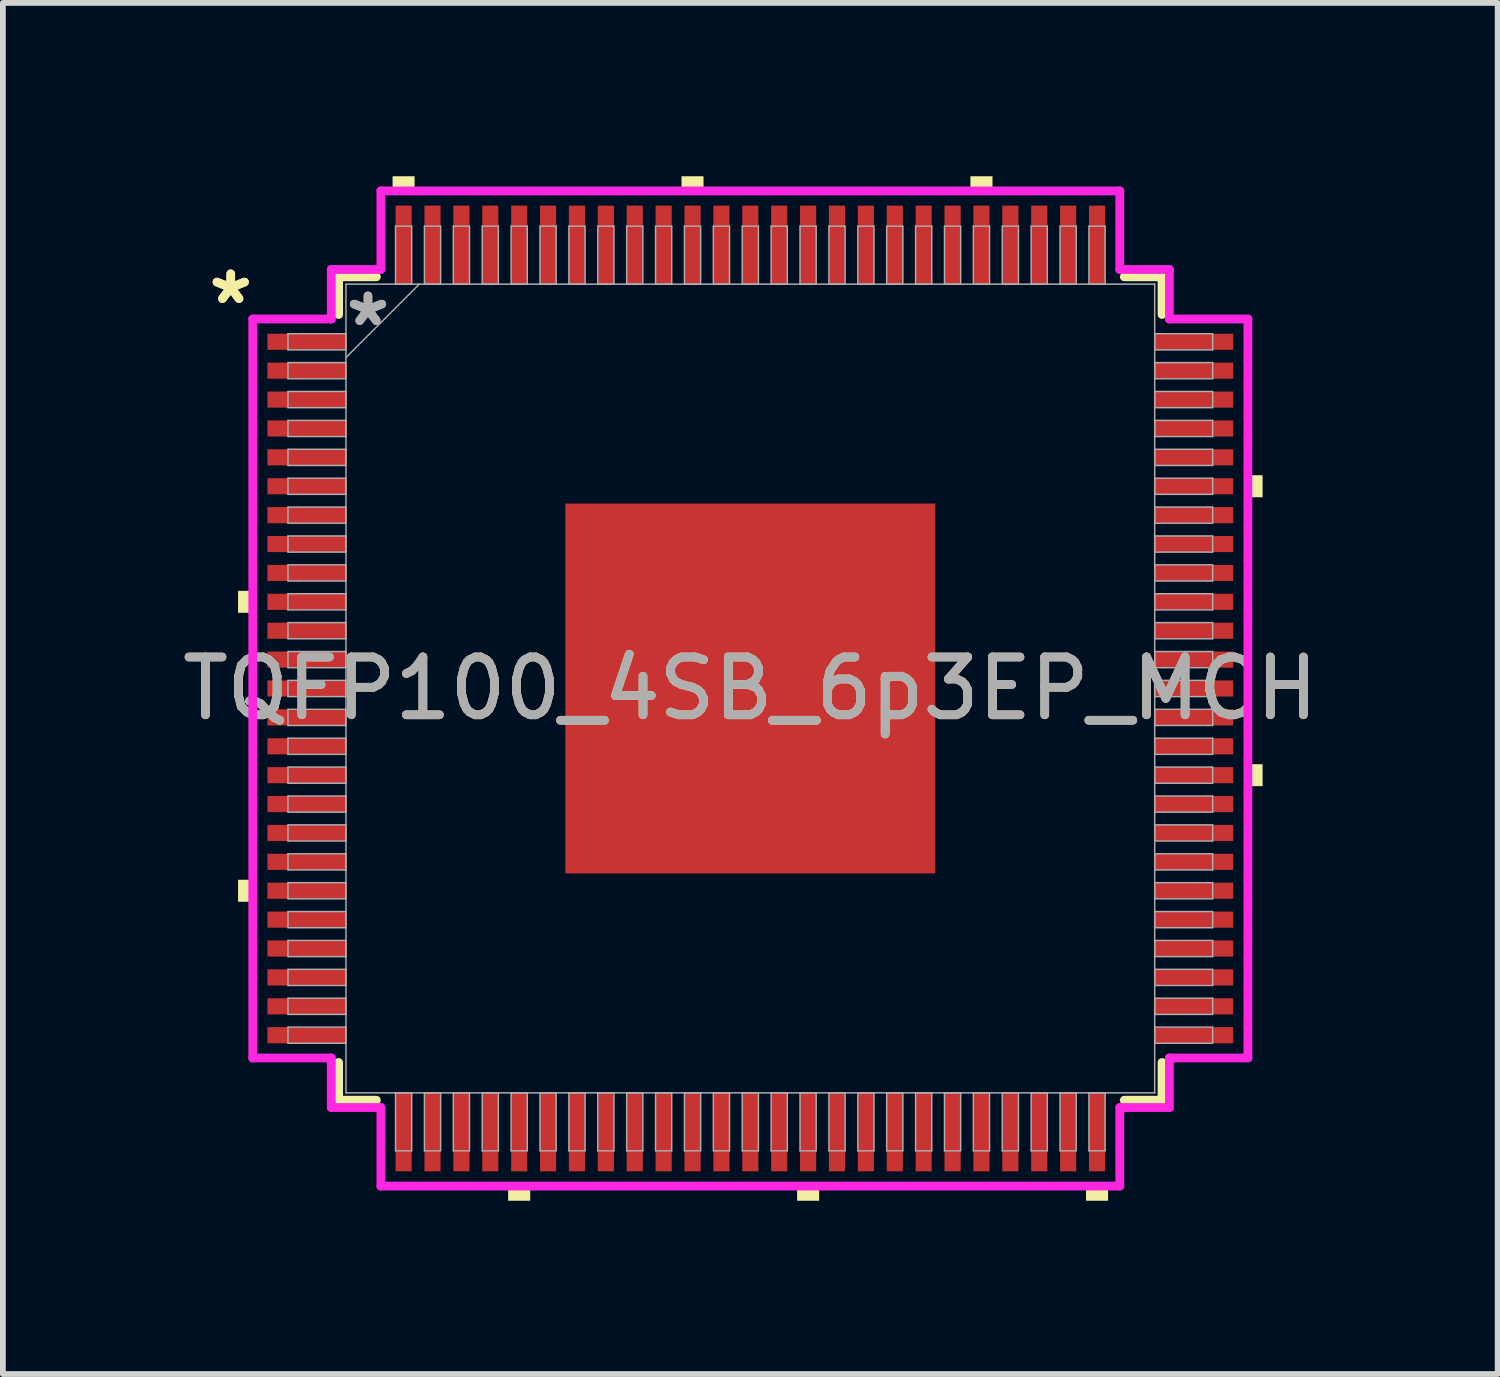
<source format=kicad_pcb>
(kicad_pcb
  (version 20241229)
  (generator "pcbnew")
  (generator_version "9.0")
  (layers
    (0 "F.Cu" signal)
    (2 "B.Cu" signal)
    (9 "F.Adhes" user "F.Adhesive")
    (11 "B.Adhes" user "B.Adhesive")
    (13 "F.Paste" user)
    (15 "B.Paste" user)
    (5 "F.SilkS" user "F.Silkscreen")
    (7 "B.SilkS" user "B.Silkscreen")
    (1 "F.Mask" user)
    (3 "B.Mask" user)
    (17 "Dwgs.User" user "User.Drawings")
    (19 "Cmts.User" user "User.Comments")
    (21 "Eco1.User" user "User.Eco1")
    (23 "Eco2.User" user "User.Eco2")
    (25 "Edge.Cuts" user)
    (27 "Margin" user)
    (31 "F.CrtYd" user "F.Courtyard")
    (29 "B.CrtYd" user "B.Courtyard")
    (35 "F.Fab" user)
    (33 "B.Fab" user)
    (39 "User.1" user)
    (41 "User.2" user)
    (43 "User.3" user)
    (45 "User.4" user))
  (footprint "TQFP100_4SB_6p3EP_MCH"
    (layer "F.Cu")
    (at 9.935 8.865)
    (property "Reference" "TQFP100_4SB_6p3EP_MCH" (at 0 0 0) (unlocked yes) (layer "F.SilkS") (effects (font (size 1 1) (thickness 0.15))))
    (attr smd)
    (fp_line (start -7.125 -7.125) (end -7.125 -6.472) (stroke (width 0.152) (type solid)) (layer "F.SilkS"))
    (fp_line (start -7.125 6.472) (end -7.125 7.125) (stroke (width 0.152) (type solid)) (layer "F.SilkS"))
    (fp_line (start -7.125 7.125) (end -6.472 7.125) (stroke (width 0.152) (type solid)) (layer "F.SilkS"))
    (fp_line (start -6.472 -7.125) (end -7.125 -7.125) (stroke (width 0.152) (type solid)) (layer "F.SilkS"))
    (fp_line (start 6.472 7.125) (end 7.125 7.125) (stroke (width 0.152) (type solid)) (layer "F.SilkS"))
    (fp_line (start 7.125 -7.125) (end 6.472 -7.125) (stroke (width 0.152) (type solid)) (layer "F.SilkS"))
    (fp_line (start 7.125 -6.472) (end 7.125 -7.125) (stroke (width 0.152) (type solid)) (layer "F.SilkS"))
    (fp_line (start 7.125 7.125) (end 7.125 6.472) (stroke (width 0.152) (type solid)) (layer "F.SilkS"))
    (fp_poly (pts (xy -8.865 -1.69) (xy -8.865 -1.31) (xy -8.611 -1.31) (xy -8.611 -1.69)) (stroke (width 0) (type solid)) (fill yes) (layer "F.SilkS"))
    (fp_poly (pts (xy -8.865 3.31) (xy -8.865 3.691) (xy -8.611 3.691) (xy -8.611 3.31)) (stroke (width 0) (type solid)) (fill yes) (layer "F.SilkS"))
    (fp_poly (pts (xy -6.191 -8.611) (xy -6.191 -8.865) (xy -5.81 -8.865) (xy -5.81 -8.611)) (stroke (width 0) (type solid)) (fill yes) (layer "F.SilkS"))
    (fp_poly (pts (xy -4.191 8.611) (xy -4.191 8.865) (xy -3.809 8.865) (xy -3.809 8.611)) (stroke (width 0) (type solid)) (fill yes) (layer "F.SilkS"))
    (fp_poly (pts (xy -1.191 -8.611) (xy -1.191 -8.865) (xy -0.81 -8.865) (xy -0.81 -8.611)) (stroke (width 0) (type solid)) (fill yes) (layer "F.SilkS"))
    (fp_poly (pts (xy 0.81 8.611) (xy 0.81 8.865) (xy 1.191 8.865) (xy 1.191 8.611)) (stroke (width 0) (type solid)) (fill yes) (layer "F.SilkS"))
    (fp_poly (pts (xy 3.809 -8.611) (xy 3.809 -8.865) (xy 4.191 -8.865) (xy 4.191 -8.611)) (stroke (width 0) (type solid)) (fill yes) (layer "F.SilkS"))
    (fp_poly (pts (xy 5.81 8.611) (xy 5.81 8.865) (xy 6.191 8.865) (xy 6.191 8.611)) (stroke (width 0) (type solid)) (fill yes) (layer "F.SilkS"))
    (fp_poly (pts (xy 8.865 -3.691) (xy 8.865 -3.31) (xy 8.611 -3.31) (xy 8.611 -3.691)) (stroke (width 0) (type solid)) (fill yes) (layer "F.SilkS"))
    (fp_poly (pts (xy 8.865 1.31) (xy 8.865 1.69) (xy 8.611 1.69) (xy 8.611 1.31)) (stroke (width 0) (type solid)) (fill yes) (layer "F.SilkS"))
    (fp_poly (pts (xy -3.1 -3.1) (xy -3.1 -2.02) (xy -2.02 -2.02) (xy -2.02 -3.1)) (stroke (width 0) (type solid)) (fill yes) (layer "F.Paste"))
    (fp_poly (pts (xy -3.1 -1.82) (xy -3.1 -0.74) (xy -2.02 -0.74) (xy -2.02 -1.82)) (stroke (width 0) (type solid)) (fill yes) (layer "F.Paste"))
    (fp_poly (pts (xy -3.1 -0.54) (xy -3.1 0.54) (xy -2.02 0.54) (xy -2.02 -0.54)) (stroke (width 0) (type solid)) (fill yes) (layer "F.Paste"))
    (fp_poly (pts (xy -3.1 0.74) (xy -3.1 1.82) (xy -2.02 1.82) (xy -2.02 0.74)) (stroke (width 0) (type solid)) (fill yes) (layer "F.Paste"))
    (fp_poly (pts (xy -3.1 2.02) (xy -3.1 3.1) (xy -2.02 3.1) (xy -2.02 2.02)) (stroke (width 0) (type solid)) (fill yes) (layer "F.Paste"))
    (fp_poly (pts (xy -1.82 -3.1) (xy -1.82 -2.02) (xy -0.74 -2.02) (xy -0.74 -3.1)) (stroke (width 0) (type solid)) (fill yes) (layer "F.Paste"))
    (fp_poly (pts (xy -1.82 -1.82) (xy -1.82 -0.74) (xy -0.74 -0.74) (xy -0.74 -1.82)) (stroke (width 0) (type solid)) (fill yes) (layer "F.Paste"))
    (fp_poly (pts (xy -1.82 -0.54) (xy -1.82 0.54) (xy -0.74 0.54) (xy -0.74 -0.54)) (stroke (width 0) (type solid)) (fill yes) (layer "F.Paste"))
    (fp_poly (pts (xy -1.82 0.74) (xy -1.82 1.82) (xy -0.74 1.82) (xy -0.74 0.74)) (stroke (width 0) (type solid)) (fill yes) (layer "F.Paste"))
    (fp_poly (pts (xy -1.82 2.02) (xy -1.82 3.1) (xy -0.74 3.1) (xy -0.74 2.02)) (stroke (width 0) (type solid)) (fill yes) (layer "F.Paste"))
    (fp_poly (pts (xy -0.54 -3.1) (xy -0.54 -2.02) (xy 0.54 -2.02) (xy 0.54 -3.1)) (stroke (width 0) (type solid)) (fill yes) (layer "F.Paste"))
    (fp_poly (pts (xy -0.54 -1.82) (xy -0.54 -0.74) (xy 0.54 -0.74) (xy 0.54 -1.82)) (stroke (width 0) (type solid)) (fill yes) (layer "F.Paste"))
    (fp_poly (pts (xy -0.54 -0.54) (xy -0.54 0.54) (xy 0.54 0.54) (xy 0.54 -0.54)) (stroke (width 0) (type solid)) (fill yes) (layer "F.Paste"))
    (fp_poly (pts (xy -0.54 0.74) (xy -0.54 1.82) (xy 0.54 1.82) (xy 0.54 0.74)) (stroke (width 0) (type solid)) (fill yes) (layer "F.Paste"))
    (fp_poly (pts (xy -0.54 2.02) (xy -0.54 3.1) (xy 0.54 3.1) (xy 0.54 2.02)) (stroke (width 0) (type solid)) (fill yes) (layer "F.Paste"))
    (fp_poly (pts (xy 0.74 -3.1) (xy 0.74 -2.02) (xy 1.82 -2.02) (xy 1.82 -3.1)) (stroke (width 0) (type solid)) (fill yes) (layer "F.Paste"))
    (fp_poly (pts (xy 0.74 -1.82) (xy 0.74 -0.74) (xy 1.82 -0.74) (xy 1.82 -1.82)) (stroke (width 0) (type solid)) (fill yes) (layer "F.Paste"))
    (fp_poly (pts (xy 0.74 -0.54) (xy 0.74 0.54) (xy 1.82 0.54) (xy 1.82 -0.54)) (stroke (width 0) (type solid)) (fill yes) (layer "F.Paste"))
    (fp_poly (pts (xy 0.74 0.74) (xy 0.74 1.82) (xy 1.82 1.82) (xy 1.82 0.74)) (stroke (width 0) (type solid)) (fill yes) (layer "F.Paste"))
    (fp_poly (pts (xy 0.74 2.02) (xy 0.74 3.1) (xy 1.82 3.1) (xy 1.82 2.02)) (stroke (width 0) (type solid)) (fill yes) (layer "F.Paste"))
    (fp_poly (pts (xy 2.02 -3.1) (xy 2.02 -2.02) (xy 3.1 -2.02) (xy 3.1 -3.1)) (stroke (width 0) (type solid)) (fill yes) (layer "F.Paste"))
    (fp_poly (pts (xy 2.02 -1.82) (xy 2.02 -0.74) (xy 3.1 -0.74) (xy 3.1 -1.82)) (stroke (width 0) (type solid)) (fill yes) (layer "F.Paste"))
    (fp_poly (pts (xy 2.02 -0.54) (xy 2.02 0.54) (xy 3.1 0.54) (xy 3.1 -0.54)) (stroke (width 0) (type solid)) (fill yes) (layer "F.Paste"))
    (fp_poly (pts (xy 2.02 0.74) (xy 2.02 1.82) (xy 3.1 1.82) (xy 3.1 0.74)) (stroke (width 0) (type solid)) (fill yes) (layer "F.Paste"))
    (fp_poly (pts (xy 2.02 2.02) (xy 2.02 3.1) (xy 3.1 3.1) (xy 3.1 2.02)) (stroke (width 0) (type solid)) (fill yes) (layer "F.Paste"))
    (fp_line (start -8.611 -6.394) (end -7.252 -6.394) (stroke (width 0.152) (type solid)) (layer "F.CrtYd"))
    (fp_line (start -8.611 6.394) (end -8.611 -6.394) (stroke (width 0.152) (type solid)) (layer "F.CrtYd"))
    (fp_line (start -7.252 -7.252) (end -6.394 -7.252) (stroke (width 0.152) (type solid)) (layer "F.CrtYd"))
    (fp_line (start -7.252 -6.394) (end -7.252 -7.252) (stroke (width 0.152) (type solid)) (layer "F.CrtYd"))
    (fp_line (start -7.252 6.394) (end -8.611 6.394) (stroke (width 0.152) (type solid)) (layer "F.CrtYd"))
    (fp_line (start -7.252 7.252) (end -7.252 6.394) (stroke (width 0.152) (type solid)) (layer "F.CrtYd"))
    (fp_line (start -7.252 7.252) (end -6.394 7.252) (stroke (width 0.152) (type solid)) (layer "F.CrtYd"))
    (fp_line (start -6.394 -8.611) (end 6.394 -8.611) (stroke (width 0.152) (type solid)) (layer "F.CrtYd"))
    (fp_line (start -6.394 -7.252) (end -6.394 -8.611) (stroke (width 0.152) (type solid)) (layer "F.CrtYd"))
    (fp_line (start -6.394 7.252) (end -6.394 8.611) (stroke (width 0.152) (type solid)) (layer "F.CrtYd"))
    (fp_line (start -6.394 8.611) (end 6.394 8.611) (stroke (width 0.152) (type solid)) (layer "F.CrtYd"))
    (fp_line (start 6.394 -8.611) (end 6.394 -7.252) (stroke (width 0.152) (type solid)) (layer "F.CrtYd"))
    (fp_line (start 6.394 -7.252) (end 7.252 -7.252) (stroke (width 0.152) (type solid)) (layer "F.CrtYd"))
    (fp_line (start 6.394 7.252) (end 7.252 7.252) (stroke (width 0.152) (type solid)) (layer "F.CrtYd"))
    (fp_line (start 6.394 8.611) (end 6.394 7.252) (stroke (width 0.152) (type solid)) (layer "F.CrtYd"))
    (fp_line (start 7.252 -6.394) (end 7.252 -7.252) (stroke (width 0.152) (type solid)) (layer "F.CrtYd"))
    (fp_line (start 7.252 6.394) (end 8.611 6.394) (stroke (width 0.152) (type solid)) (layer "F.CrtYd"))
    (fp_line (start 7.252 7.252) (end 7.252 6.394) (stroke (width 0.152) (type solid)) (layer "F.CrtYd"))
    (fp_line (start 8.611 -6.394) (end 7.252 -6.394) (stroke (width 0.152) (type solid)) (layer "F.CrtYd"))
    (fp_line (start 8.611 6.394) (end 8.611 -6.394) (stroke (width 0.152) (type solid)) (layer "F.CrtYd"))
    (fp_line (start -8.001 -6.14) (end -8.001 -5.86) (stroke (width 0.025) (type solid)) (layer "F.Fab"))
    (fp_line (start -8.001 -5.86) (end -6.998 -5.86) (stroke (width 0.025) (type solid)) (layer "F.Fab"))
    (fp_line (start -8.001 -5.64) (end -8.001 -5.36) (stroke (width 0.025) (type solid)) (layer "F.Fab"))
    (fp_line (start -8.001 -5.36) (end -6.998 -5.36) (stroke (width 0.025) (type solid)) (layer "F.Fab"))
    (fp_line (start -8.001 -5.14) (end -8.001 -4.86) (stroke (width 0.025) (type solid)) (layer "F.Fab"))
    (fp_line (start -8.001 -4.86) (end -6.998 -4.86) (stroke (width 0.025) (type solid)) (layer "F.Fab"))
    (fp_line (start -8.001 -4.64) (end -8.001 -4.36) (stroke (width 0.025) (type solid)) (layer "F.Fab"))
    (fp_line (start -8.001 -4.36) (end -6.998 -4.36) (stroke (width 0.025) (type solid)) (layer "F.Fab"))
    (fp_line (start -8.001 -4.14) (end -8.001 -3.86) (stroke (width 0.025) (type solid)) (layer "F.Fab"))
    (fp_line (start -8.001 -3.86) (end -6.998 -3.86) (stroke (width 0.025) (type solid)) (layer "F.Fab"))
    (fp_line (start -8.001 -3.64) (end -8.001 -3.36) (stroke (width 0.025) (type solid)) (layer "F.Fab"))
    (fp_line (start -8.001 -3.36) (end -6.998 -3.36) (stroke (width 0.025) (type solid)) (layer "F.Fab"))
    (fp_line (start -8.001 -3.14) (end -8.001 -2.86) (stroke (width 0.025) (type solid)) (layer "F.Fab"))
    (fp_line (start -8.001 -2.86) (end -6.998 -2.86) (stroke (width 0.025) (type solid)) (layer "F.Fab"))
    (fp_line (start -8.001 -2.64) (end -8.001 -2.36) (stroke (width 0.025) (type solid)) (layer "F.Fab"))
    (fp_line (start -8.001 -2.36) (end -6.998 -2.36) (stroke (width 0.025) (type solid)) (layer "F.Fab"))
    (fp_line (start -8.001 -2.14) (end -8.001 -1.86) (stroke (width 0.025) (type solid)) (layer "F.Fab"))
    (fp_line (start -8.001 -1.86) (end -6.998 -1.86) (stroke (width 0.025) (type solid)) (layer "F.Fab"))
    (fp_line (start -8.001 -1.64) (end -8.001 -1.36) (stroke (width 0.025) (type solid)) (layer "F.Fab"))
    (fp_line (start -8.001 -1.36) (end -6.998 -1.36) (stroke (width 0.025) (type solid)) (layer "F.Fab"))
    (fp_line (start -8.001 -1.14) (end -8.001 -0.86) (stroke (width 0.025) (type solid)) (layer "F.Fab"))
    (fp_line (start -8.001 -0.86) (end -6.998 -0.86) (stroke (width 0.025) (type solid)) (layer "F.Fab"))
    (fp_line (start -8.001 -0.64) (end -8.001 -0.36) (stroke (width 0.025) (type solid)) (layer "F.Fab"))
    (fp_line (start -8.001 -0.36) (end -6.998 -0.36) (stroke (width 0.025) (type solid)) (layer "F.Fab"))
    (fp_line (start -8.001 -0.14) (end -8.001 0.14) (stroke (width 0.025) (type solid)) (layer "F.Fab"))
    (fp_line (start -8.001 0.14) (end -6.998 0.14) (stroke (width 0.025) (type solid)) (layer "F.Fab"))
    (fp_line (start -8.001 0.36) (end -8.001 0.64) (stroke (width 0.025) (type solid)) (layer "F.Fab"))
    (fp_line (start -8.001 0.64) (end -6.998 0.64) (stroke (width 0.025) (type solid)) (layer "F.Fab"))
    (fp_line (start -8.001 0.86) (end -8.001 1.14) (stroke (width 0.025) (type solid)) (layer "F.Fab"))
    (fp_line (start -8.001 1.14) (end -6.998 1.14) (stroke (width 0.025) (type solid)) (layer "F.Fab"))
    (fp_line (start -8.001 1.36) (end -8.001 1.64) (stroke (width 0.025) (type solid)) (layer "F.Fab"))
    (fp_line (start -8.001 1.64) (end -6.998 1.64) (stroke (width 0.025) (type solid)) (layer "F.Fab"))
    (fp_line (start -8.001 1.86) (end -8.001 2.14) (stroke (width 0.025) (type solid)) (layer "F.Fab"))
    (fp_line (start -8.001 2.14) (end -6.998 2.14) (stroke (width 0.025) (type solid)) (layer "F.Fab"))
    (fp_line (start -8.001 2.36) (end -8.001 2.64) (stroke (width 0.025) (type solid)) (layer "F.Fab"))
    (fp_line (start -8.001 2.64) (end -6.998 2.64) (stroke (width 0.025) (type solid)) (layer "F.Fab"))
    (fp_line (start -8.001 2.86) (end -8.001 3.14) (stroke (width 0.025) (type solid)) (layer "F.Fab"))
    (fp_line (start -8.001 3.14) (end -6.998 3.14) (stroke (width 0.025) (type solid)) (layer "F.Fab"))
    (fp_line (start -8.001 3.36) (end -8.001 3.64) (stroke (width 0.025) (type solid)) (layer "F.Fab"))
    (fp_line (start -8.001 3.64) (end -6.998 3.64) (stroke (width 0.025) (type solid)) (layer "F.Fab"))
    (fp_line (start -8.001 3.86) (end -8.001 4.14) (stroke (width 0.025) (type solid)) (layer "F.Fab"))
    (fp_line (start -8.001 4.14) (end -6.998 4.14) (stroke (width 0.025) (type solid)) (layer "F.Fab"))
    (fp_line (start -8.001 4.36) (end -8.001 4.64) (stroke (width 0.025) (type solid)) (layer "F.Fab"))
    (fp_line (start -8.001 4.64) (end -6.998 4.64) (stroke (width 0.025) (type solid)) (layer "F.Fab"))
    (fp_line (start -8.001 4.86) (end -8.001 5.14) (stroke (width 0.025) (type solid)) (layer "F.Fab"))
    (fp_line (start -8.001 5.14) (end -6.998 5.14) (stroke (width 0.025) (type solid)) (layer "F.Fab"))
    (fp_line (start -8.001 5.36) (end -8.001 5.64) (stroke (width 0.025) (type solid)) (layer "F.Fab"))
    (fp_line (start -8.001 5.64) (end -6.998 5.64) (stroke (width 0.025) (type solid)) (layer "F.Fab"))
    (fp_line (start -8.001 5.86) (end -8.001 6.14) (stroke (width 0.025) (type solid)) (layer "F.Fab"))
    (fp_line (start -8.001 6.14) (end -6.998 6.14) (stroke (width 0.025) (type solid)) (layer "F.Fab"))
    (fp_line (start -6.998 -6.998) (end -6.998 6.998) (stroke (width 0.025) (type solid)) (layer "F.Fab"))
    (fp_line (start -6.998 -6.14) (end -8.001 -6.14) (stroke (width 0.025) (type solid)) (layer "F.Fab"))
    (fp_line (start -6.998 -5.86) (end -6.998 -6.14) (stroke (width 0.025) (type solid)) (layer "F.Fab"))
    (fp_line (start -6.998 -5.728) (end -5.728 -6.998) (stroke (width 0.025) (type solid)) (layer "F.Fab"))
    (fp_line (start -6.998 -5.64) (end -8.001 -5.64) (stroke (width 0.025) (type solid)) (layer "F.Fab"))
    (fp_line (start -6.998 -5.36) (end -6.998 -5.64) (stroke (width 0.025) (type solid)) (layer "F.Fab"))
    (fp_line (start -6.998 -5.14) (end -8.001 -5.14) (stroke (width 0.025) (type solid)) (layer "F.Fab"))
    (fp_line (start -6.998 -4.86) (end -6.998 -5.14) (stroke (width 0.025) (type solid)) (layer "F.Fab"))
    (fp_line (start -6.998 -4.64) (end -8.001 -4.64) (stroke (width 0.025) (type solid)) (layer "F.Fab"))
    (fp_line (start -6.998 -4.36) (end -6.998 -4.64) (stroke (width 0.025) (type solid)) (layer "F.Fab"))
    (fp_line (start -6.998 -4.14) (end -8.001 -4.14) (stroke (width 0.025) (type solid)) (layer "F.Fab"))
    (fp_line (start -6.998 -3.86) (end -6.998 -4.14) (stroke (width 0.025) (type solid)) (layer "F.Fab"))
    (fp_line (start -6.998 -3.64) (end -8.001 -3.64) (stroke (width 0.025) (type solid)) (layer "F.Fab"))
    (fp_line (start -6.998 -3.36) (end -6.998 -3.64) (stroke (width 0.025) (type solid)) (layer "F.Fab"))
    (fp_line (start -6.998 -3.14) (end -8.001 -3.14) (stroke (width 0.025) (type solid)) (layer "F.Fab"))
    (fp_line (start -6.998 -2.86) (end -6.998 -3.14) (stroke (width 0.025) (type solid)) (layer "F.Fab"))
    (fp_line (start -6.998 -2.64) (end -8.001 -2.64) (stroke (width 0.025) (type solid)) (layer "F.Fab"))
    (fp_line (start -6.998 -2.36) (end -6.998 -2.64) (stroke (width 0.025) (type solid)) (layer "F.Fab"))
    (fp_line (start -6.998 -2.14) (end -8.001 -2.14) (stroke (width 0.025) (type solid)) (layer "F.Fab"))
    (fp_line (start -6.998 -1.86) (end -6.998 -2.14) (stroke (width 0.025) (type solid)) (layer "F.Fab"))
    (fp_line (start -6.998 -1.64) (end -8.001 -1.64) (stroke (width 0.025) (type solid)) (layer "F.Fab"))
    (fp_line (start -6.998 -1.36) (end -6.998 -1.64) (stroke (width 0.025) (type solid)) (layer "F.Fab"))
    (fp_line (start -6.998 -1.14) (end -8.001 -1.14) (stroke (width 0.025) (type solid)) (layer "F.Fab"))
    (fp_line (start -6.998 -0.86) (end -6.998 -1.14) (stroke (width 0.025) (type solid)) (layer "F.Fab"))
    (fp_line (start -6.998 -0.64) (end -8.001 -0.64) (stroke (width 0.025) (type solid)) (layer "F.Fab"))
    (fp_line (start -6.998 -0.36) (end -6.998 -0.64) (stroke (width 0.025) (type solid)) (layer "F.Fab"))
    (fp_line (start -6.998 -0.14) (end -8.001 -0.14) (stroke (width 0.025) (type solid)) (layer "F.Fab"))
    (fp_line (start -6.998 0.14) (end -6.998 -0.14) (stroke (width 0.025) (type solid)) (layer "F.Fab"))
    (fp_line (start -6.998 0.36) (end -8.001 0.36) (stroke (width 0.025) (type solid)) (layer "F.Fab"))
    (fp_line (start -6.998 0.64) (end -6.998 0.36) (stroke (width 0.025) (type solid)) (layer "F.Fab"))
    (fp_line (start -6.998 0.86) (end -8.001 0.86) (stroke (width 0.025) (type solid)) (layer "F.Fab"))
    (fp_line (start -6.998 1.14) (end -6.998 0.86) (stroke (width 0.025) (type solid)) (layer "F.Fab"))
    (fp_line (start -6.998 1.36) (end -8.001 1.36) (stroke (width 0.025) (type solid)) (layer "F.Fab"))
    (fp_line (start -6.998 1.64) (end -6.998 1.36) (stroke (width 0.025) (type solid)) (layer "F.Fab"))
    (fp_line (start -6.998 1.86) (end -8.001 1.86) (stroke (width 0.025) (type solid)) (layer "F.Fab"))
    (fp_line (start -6.998 2.14) (end -6.998 1.86) (stroke (width 0.025) (type solid)) (layer "F.Fab"))
    (fp_line (start -6.998 2.36) (end -8.001 2.36) (stroke (width 0.025) (type solid)) (layer "F.Fab"))
    (fp_line (start -6.998 2.64) (end -6.998 2.36) (stroke (width 0.025) (type solid)) (layer "F.Fab"))
    (fp_line (start -6.998 2.86) (end -8.001 2.86) (stroke (width 0.025) (type solid)) (layer "F.Fab"))
    (fp_line (start -6.998 3.14) (end -6.998 2.86) (stroke (width 0.025) (type solid)) (layer "F.Fab"))
    (fp_line (start -6.998 3.36) (end -8.001 3.36) (stroke (width 0.025) (type solid)) (layer "F.Fab"))
    (fp_line (start -6.998 3.64) (end -6.998 3.36) (stroke (width 0.025) (type solid)) (layer "F.Fab"))
    (fp_line (start -6.998 3.86) (end -8.001 3.86) (stroke (width 0.025) (type solid)) (layer "F.Fab"))
    (fp_line (start -6.998 4.14) (end -6.998 3.86) (stroke (width 0.025) (type solid)) (layer "F.Fab"))
    (fp_line (start -6.998 4.36) (end -8.001 4.36) (stroke (width 0.025) (type solid)) (layer "F.Fab"))
    (fp_line (start -6.998 4.64) (end -6.998 4.36) (stroke (width 0.025) (type solid)) (layer "F.Fab"))
    (fp_line (start -6.998 4.86) (end -8.001 4.86) (stroke (width 0.025) (type solid)) (layer "F.Fab"))
    (fp_line (start -6.998 5.14) (end -6.998 4.86) (stroke (width 0.025) (type solid)) (layer "F.Fab"))
    (fp_line (start -6.998 5.36) (end -8.001 5.36) (stroke (width 0.025) (type solid)) (layer "F.Fab"))
    (fp_line (start -6.998 5.64) (end -6.998 5.36) (stroke (width 0.025) (type solid)) (layer "F.Fab"))
    (fp_line (start -6.998 5.86) (end -8.001 5.86) (stroke (width 0.025) (type solid)) (layer "F.Fab"))
    (fp_line (start -6.998 6.14) (end -6.998 5.86) (stroke (width 0.025) (type solid)) (layer "F.Fab"))
    (fp_line (start -6.998 6.998) (end 6.998 6.998) (stroke (width 0.025) (type solid)) (layer "F.Fab"))
    (fp_line (start -6.14 -8.001) (end -6.14 -6.998) (stroke (width 0.025) (type solid)) (layer "F.Fab"))
    (fp_line (start -6.14 -6.998) (end -5.86 -6.998) (stroke (width 0.025) (type solid)) (layer "F.Fab"))
    (fp_line (start -6.14 6.998) (end -6.14 8.001) (stroke (width 0.025) (type solid)) (layer "F.Fab"))
    (fp_line (start -6.14 8.001) (end -5.86 8.001) (stroke (width 0.025) (type solid)) (layer "F.Fab"))
    (fp_line (start -5.86 -8.001) (end -6.14 -8.001) (stroke (width 0.025) (type solid)) (layer "F.Fab"))
    (fp_line (start -5.86 -6.998) (end -5.86 -8.001) (stroke (width 0.025) (type solid)) (layer "F.Fab"))
    (fp_line (start -5.86 6.998) (end -6.14 6.998) (stroke (width 0.025) (type solid)) (layer "F.Fab"))
    (fp_line (start -5.86 8.001) (end -5.86 6.998) (stroke (width 0.025) (type solid)) (layer "F.Fab"))
    (fp_line (start -5.64 -8.001) (end -5.64 -6.998) (stroke (width 0.025) (type solid)) (layer "F.Fab"))
    (fp_line (start -5.64 -6.998) (end -5.36 -6.998) (stroke (width 0.025) (type solid)) (layer "F.Fab"))
    (fp_line (start -5.64 6.998) (end -5.64 8.001) (stroke (width 0.025) (type solid)) (layer "F.Fab"))
    (fp_line (start -5.64 8.001) (end -5.36 8.001) (stroke (width 0.025) (type solid)) (layer "F.Fab"))
    (fp_line (start -5.36 -8.001) (end -5.64 -8.001) (stroke (width 0.025) (type solid)) (layer "F.Fab"))
    (fp_line (start -5.36 -6.998) (end -5.36 -8.001) (stroke (width 0.025) (type solid)) (layer "F.Fab"))
    (fp_line (start -5.36 6.998) (end -5.64 6.998) (stroke (width 0.025) (type solid)) (layer "F.Fab"))
    (fp_line (start -5.36 8.001) (end -5.36 6.998) (stroke (width 0.025) (type solid)) (layer "F.Fab"))
    (fp_line (start -5.14 -8.001) (end -5.14 -6.998) (stroke (width 0.025) (type solid)) (layer "F.Fab"))
    (fp_line (start -5.14 -6.998) (end -4.86 -6.998) (stroke (width 0.025) (type solid)) (layer "F.Fab"))
    (fp_line (start -5.14 6.998) (end -5.14 8.001) (stroke (width 0.025) (type solid)) (layer "F.Fab"))
    (fp_line (start -5.14 8.001) (end -4.86 8.001) (stroke (width 0.025) (type solid)) (layer "F.Fab"))
    (fp_line (start -4.86 -8.001) (end -5.14 -8.001) (stroke (width 0.025) (type solid)) (layer "F.Fab"))
    (fp_line (start -4.86 -6.998) (end -4.86 -8.001) (stroke (width 0.025) (type solid)) (layer "F.Fab"))
    (fp_line (start -4.86 6.998) (end -5.14 6.998) (stroke (width 0.025) (type solid)) (layer "F.Fab"))
    (fp_line (start -4.86 8.001) (end -4.86 6.998) (stroke (width 0.025) (type solid)) (layer "F.Fab"))
    (fp_line (start -4.64 -8.001) (end -4.64 -6.998) (stroke (width 0.025) (type solid)) (layer "F.Fab"))
    (fp_line (start -4.64 -6.998) (end -4.36 -6.998) (stroke (width 0.025) (type solid)) (layer "F.Fab"))
    (fp_line (start -4.64 6.998) (end -4.64 8.001) (stroke (width 0.025) (type solid)) (layer "F.Fab"))
    (fp_line (start -4.64 8.001) (end -4.36 8.001) (stroke (width 0.025) (type solid)) (layer "F.Fab"))
    (fp_line (start -4.36 -8.001) (end -4.64 -8.001) (stroke (width 0.025) (type solid)) (layer "F.Fab"))
    (fp_line (start -4.36 -6.998) (end -4.36 -8.001) (stroke (width 0.025) (type solid)) (layer "F.Fab"))
    (fp_line (start -4.36 6.998) (end -4.64 6.998) (stroke (width 0.025) (type solid)) (layer "F.Fab"))
    (fp_line (start -4.36 8.001) (end -4.36 6.998) (stroke (width 0.025) (type solid)) (layer "F.Fab"))
    (fp_line (start -4.14 -8.001) (end -4.14 -6.998) (stroke (width 0.025) (type solid)) (layer "F.Fab"))
    (fp_line (start -4.14 -6.998) (end -3.86 -6.998) (stroke (width 0.025) (type solid)) (layer "F.Fab"))
    (fp_line (start -4.14 6.998) (end -4.14 8.001) (stroke (width 0.025) (type solid)) (layer "F.Fab"))
    (fp_line (start -4.14 8.001) (end -3.86 8.001) (stroke (width 0.025) (type solid)) (layer "F.Fab"))
    (fp_line (start -3.86 -8.001) (end -4.14 -8.001) (stroke (width 0.025) (type solid)) (layer "F.Fab"))
    (fp_line (start -3.86 -6.998) (end -3.86 -8.001) (stroke (width 0.025) (type solid)) (layer "F.Fab"))
    (fp_line (start -3.86 6.998) (end -4.14 6.998) (stroke (width 0.025) (type solid)) (layer "F.Fab"))
    (fp_line (start -3.86 8.001) (end -3.86 6.998) (stroke (width 0.025) (type solid)) (layer "F.Fab"))
    (fp_line (start -3.64 -8.001) (end -3.64 -6.998) (stroke (width 0.025) (type solid)) (layer "F.Fab"))
    (fp_line (start -3.64 -6.998) (end -3.36 -6.998) (stroke (width 0.025) (type solid)) (layer "F.Fab"))
    (fp_line (start -3.64 6.998) (end -3.64 8.001) (stroke (width 0.025) (type solid)) (layer "F.Fab"))
    (fp_line (start -3.64 8.001) (end -3.36 8.001) (stroke (width 0.025) (type solid)) (layer "F.Fab"))
    (fp_line (start -3.36 -8.001) (end -3.64 -8.001) (stroke (width 0.025) (type solid)) (layer "F.Fab"))
    (fp_line (start -3.36 -6.998) (end -3.36 -8.001) (stroke (width 0.025) (type solid)) (layer "F.Fab"))
    (fp_line (start -3.36 6.998) (end -3.64 6.998) (stroke (width 0.025) (type solid)) (layer "F.Fab"))
    (fp_line (start -3.36 8.001) (end -3.36 6.998) (stroke (width 0.025) (type solid)) (layer "F.Fab"))
    (fp_line (start -3.14 -8.001) (end -3.14 -6.998) (stroke (width 0.025) (type solid)) (layer "F.Fab"))
    (fp_line (start -3.14 -6.998) (end -2.86 -6.998) (stroke (width 0.025) (type solid)) (layer "F.Fab"))
    (fp_line (start -3.14 6.998) (end -3.14 8.001) (stroke (width 0.025) (type solid)) (layer "F.Fab"))
    (fp_line (start -3.14 8.001) (end -2.86 8.001) (stroke (width 0.025) (type solid)) (layer "F.Fab"))
    (fp_line (start -2.86 -8.001) (end -3.14 -8.001) (stroke (width 0.025) (type solid)) (layer "F.Fab"))
    (fp_line (start -2.86 -6.998) (end -2.86 -8.001) (stroke (width 0.025) (type solid)) (layer "F.Fab"))
    (fp_line (start -2.86 6.998) (end -3.14 6.998) (stroke (width 0.025) (type solid)) (layer "F.Fab"))
    (fp_line (start -2.86 8.001) (end -2.86 6.998) (stroke (width 0.025) (type solid)) (layer "F.Fab"))
    (fp_line (start -2.64 -8.001) (end -2.64 -6.998) (stroke (width 0.025) (type solid)) (layer "F.Fab"))
    (fp_line (start -2.64 -6.998) (end -2.36 -6.998) (stroke (width 0.025) (type solid)) (layer "F.Fab"))
    (fp_line (start -2.64 6.998) (end -2.64 8.001) (stroke (width 0.025) (type solid)) (layer "F.Fab"))
    (fp_line (start -2.64 8.001) (end -2.36 8.001) (stroke (width 0.025) (type solid)) (layer "F.Fab"))
    (fp_line (start -2.36 -8.001) (end -2.64 -8.001) (stroke (width 0.025) (type solid)) (layer "F.Fab"))
    (fp_line (start -2.36 -6.998) (end -2.36 -8.001) (stroke (width 0.025) (type solid)) (layer "F.Fab"))
    (fp_line (start -2.36 6.998) (end -2.64 6.998) (stroke (width 0.025) (type solid)) (layer "F.Fab"))
    (fp_line (start -2.36 8.001) (end -2.36 6.998) (stroke (width 0.025) (type solid)) (layer "F.Fab"))
    (fp_line (start -2.14 -8.001) (end -2.14 -6.998) (stroke (width 0.025) (type solid)) (layer "F.Fab"))
    (fp_line (start -2.14 -6.998) (end -1.86 -6.998) (stroke (width 0.025) (type solid)) (layer "F.Fab"))
    (fp_line (start -2.14 6.998) (end -2.14 8.001) (stroke (width 0.025) (type solid)) (layer "F.Fab"))
    (fp_line (start -2.14 8.001) (end -1.86 8.001) (stroke (width 0.025) (type solid)) (layer "F.Fab"))
    (fp_line (start -1.86 -8.001) (end -2.14 -8.001) (stroke (width 0.025) (type solid)) (layer "F.Fab"))
    (fp_line (start -1.86 -6.998) (end -1.86 -8.001) (stroke (width 0.025) (type solid)) (layer "F.Fab"))
    (fp_line (start -1.86 6.998) (end -2.14 6.998) (stroke (width 0.025) (type solid)) (layer "F.Fab"))
    (fp_line (start -1.86 8.001) (end -1.86 6.998) (stroke (width 0.025) (type solid)) (layer "F.Fab"))
    (fp_line (start -1.64 -8.001) (end -1.64 -6.998) (stroke (width 0.025) (type solid)) (layer "F.Fab"))
    (fp_line (start -1.64 -6.998) (end -1.36 -6.998) (stroke (width 0.025) (type solid)) (layer "F.Fab"))
    (fp_line (start -1.64 6.998) (end -1.64 8.001) (stroke (width 0.025) (type solid)) (layer "F.Fab"))
    (fp_line (start -1.64 8.001) (end -1.36 8.001) (stroke (width 0.025) (type solid)) (layer "F.Fab"))
    (fp_line (start -1.36 -8.001) (end -1.64 -8.001) (stroke (width 0.025) (type solid)) (layer "F.Fab"))
    (fp_line (start -1.36 -6.998) (end -1.36 -8.001) (stroke (width 0.025) (type solid)) (layer "F.Fab"))
    (fp_line (start -1.36 6.998) (end -1.64 6.998) (stroke (width 0.025) (type solid)) (layer "F.Fab"))
    (fp_line (start -1.36 8.001) (end -1.36 6.998) (stroke (width 0.025) (type solid)) (layer "F.Fab"))
    (fp_line (start -1.14 -8.001) (end -1.14 -6.998) (stroke (width 0.025) (type solid)) (layer "F.Fab"))
    (fp_line (start -1.14 -6.998) (end -0.86 -6.998) (stroke (width 0.025) (type solid)) (layer "F.Fab"))
    (fp_line (start -1.14 6.998) (end -1.14 8.001) (stroke (width 0.025) (type solid)) (layer "F.Fab"))
    (fp_line (start -1.14 8.001) (end -0.86 8.001) (stroke (width 0.025) (type solid)) (layer "F.Fab"))
    (fp_line (start -0.86 -8.001) (end -1.14 -8.001) (stroke (width 0.025) (type solid)) (layer "F.Fab"))
    (fp_line (start -0.86 -6.998) (end -0.86 -8.001) (stroke (width 0.025) (type solid)) (layer "F.Fab"))
    (fp_line (start -0.86 6.998) (end -1.14 6.998) (stroke (width 0.025) (type solid)) (layer "F.Fab"))
    (fp_line (start -0.86 8.001) (end -0.86 6.998) (stroke (width 0.025) (type solid)) (layer "F.Fab"))
    (fp_line (start -0.64 -8.001) (end -0.64 -6.998) (stroke (width 0.025) (type solid)) (layer "F.Fab"))
    (fp_line (start -0.64 -6.998) (end -0.36 -6.998) (stroke (width 0.025) (type solid)) (layer "F.Fab"))
    (fp_line (start -0.64 6.998) (end -0.64 8.001) (stroke (width 0.025) (type solid)) (layer "F.Fab"))
    (fp_line (start -0.64 8.001) (end -0.36 8.001) (stroke (width 0.025) (type solid)) (layer "F.Fab"))
    (fp_line (start -0.36 -8.001) (end -0.64 -8.001) (stroke (width 0.025) (type solid)) (layer "F.Fab"))
    (fp_line (start -0.36 -6.998) (end -0.36 -8.001) (stroke (width 0.025) (type solid)) (layer "F.Fab"))
    (fp_line (start -0.36 6.998) (end -0.64 6.998) (stroke (width 0.025) (type solid)) (layer "F.Fab"))
    (fp_line (start -0.36 8.001) (end -0.36 6.998) (stroke (width 0.025) (type solid)) (layer "F.Fab"))
    (fp_line (start -0.14 -8.001) (end -0.14 -6.998) (stroke (width 0.025) (type solid)) (layer "F.Fab"))
    (fp_line (start -0.14 -6.998) (end 0.14 -6.998) (stroke (width 0.025) (type solid)) (layer "F.Fab"))
    (fp_line (start -0.14 6.998) (end -0.14 8.001) (stroke (width 0.025) (type solid)) (layer "F.Fab"))
    (fp_line (start -0.14 8.001) (end 0.14 8.001) (stroke (width 0.025) (type solid)) (layer "F.Fab"))
    (fp_line (start 0.14 -8.001) (end -0.14 -8.001) (stroke (width 0.025) (type solid)) (layer "F.Fab"))
    (fp_line (start 0.14 -6.998) (end 0.14 -8.001) (stroke (width 0.025) (type solid)) (layer "F.Fab"))
    (fp_line (start 0.14 6.998) (end -0.14 6.998) (stroke (width 0.025) (type solid)) (layer "F.Fab"))
    (fp_line (start 0.14 8.001) (end 0.14 6.998) (stroke (width 0.025) (type solid)) (layer "F.Fab"))
    (fp_line (start 0.36 -8.001) (end 0.36 -6.998) (stroke (width 0.025) (type solid)) (layer "F.Fab"))
    (fp_line (start 0.36 -6.998) (end 0.64 -6.998) (stroke (width 0.025) (type solid)) (layer "F.Fab"))
    (fp_line (start 0.36 6.998) (end 0.36 8.001) (stroke (width 0.025) (type solid)) (layer "F.Fab"))
    (fp_line (start 0.36 8.001) (end 0.64 8.001) (stroke (width 0.025) (type solid)) (layer "F.Fab"))
    (fp_line (start 0.64 -8.001) (end 0.36 -8.001) (stroke (width 0.025) (type solid)) (layer "F.Fab"))
    (fp_line (start 0.64 -6.998) (end 0.64 -8.001) (stroke (width 0.025) (type solid)) (layer "F.Fab"))
    (fp_line (start 0.64 6.998) (end 0.36 6.998) (stroke (width 0.025) (type solid)) (layer "F.Fab"))
    (fp_line (start 0.64 8.001) (end 0.64 6.998) (stroke (width 0.025) (type solid)) (layer "F.Fab"))
    (fp_line (start 0.86 -8.001) (end 0.86 -6.998) (stroke (width 0.025) (type solid)) (layer "F.Fab"))
    (fp_line (start 0.86 -6.998) (end 1.14 -6.998) (stroke (width 0.025) (type solid)) (layer "F.Fab"))
    (fp_line (start 0.86 6.998) (end 0.86 8.001) (stroke (width 0.025) (type solid)) (layer "F.Fab"))
    (fp_line (start 0.86 8.001) (end 1.14 8.001) (stroke (width 0.025) (type solid)) (layer "F.Fab"))
    (fp_line (start 1.14 -8.001) (end 0.86 -8.001) (stroke (width 0.025) (type solid)) (layer "F.Fab"))
    (fp_line (start 1.14 -6.998) (end 1.14 -8.001) (stroke (width 0.025) (type solid)) (layer "F.Fab"))
    (fp_line (start 1.14 6.998) (end 0.86 6.998) (stroke (width 0.025) (type solid)) (layer "F.Fab"))
    (fp_line (start 1.14 8.001) (end 1.14 6.998) (stroke (width 0.025) (type solid)) (layer "F.Fab"))
    (fp_line (start 1.36 -8.001) (end 1.36 -6.998) (stroke (width 0.025) (type solid)) (layer "F.Fab"))
    (fp_line (start 1.36 -6.998) (end 1.64 -6.998) (stroke (width 0.025) (type solid)) (layer "F.Fab"))
    (fp_line (start 1.36 6.998) (end 1.36 8.001) (stroke (width 0.025) (type solid)) (layer "F.Fab"))
    (fp_line (start 1.36 8.001) (end 1.64 8.001) (stroke (width 0.025) (type solid)) (layer "F.Fab"))
    (fp_line (start 1.64 -8.001) (end 1.36 -8.001) (stroke (width 0.025) (type solid)) (layer "F.Fab"))
    (fp_line (start 1.64 -6.998) (end 1.64 -8.001) (stroke (width 0.025) (type solid)) (layer "F.Fab"))
    (fp_line (start 1.64 6.998) (end 1.36 6.998) (stroke (width 0.025) (type solid)) (layer "F.Fab"))
    (fp_line (start 1.64 8.001) (end 1.64 6.998) (stroke (width 0.025) (type solid)) (layer "F.Fab"))
    (fp_line (start 1.86 -8.001) (end 1.86 -6.998) (stroke (width 0.025) (type solid)) (layer "F.Fab"))
    (fp_line (start 1.86 -6.998) (end 2.14 -6.998) (stroke (width 0.025) (type solid)) (layer "F.Fab"))
    (fp_line (start 1.86 6.998) (end 1.86 8.001) (stroke (width 0.025) (type solid)) (layer "F.Fab"))
    (fp_line (start 1.86 8.001) (end 2.14 8.001) (stroke (width 0.025) (type solid)) (layer "F.Fab"))
    (fp_line (start 2.14 -8.001) (end 1.86 -8.001) (stroke (width 0.025) (type solid)) (layer "F.Fab"))
    (fp_line (start 2.14 -6.998) (end 2.14 -8.001) (stroke (width 0.025) (type solid)) (layer "F.Fab"))
    (fp_line (start 2.14 6.998) (end 1.86 6.998) (stroke (width 0.025) (type solid)) (layer "F.Fab"))
    (fp_line (start 2.14 8.001) (end 2.14 6.998) (stroke (width 0.025) (type solid)) (layer "F.Fab"))
    (fp_line (start 2.36 -8.001) (end 2.36 -6.998) (stroke (width 0.025) (type solid)) (layer "F.Fab"))
    (fp_line (start 2.36 -6.998) (end 2.64 -6.998) (stroke (width 0.025) (type solid)) (layer "F.Fab"))
    (fp_line (start 2.36 6.998) (end 2.36 8.001) (stroke (width 0.025) (type solid)) (layer "F.Fab"))
    (fp_line (start 2.36 8.001) (end 2.64 8.001) (stroke (width 0.025) (type solid)) (layer "F.Fab"))
    (fp_line (start 2.64 -8.001) (end 2.36 -8.001) (stroke (width 0.025) (type solid)) (layer "F.Fab"))
    (fp_line (start 2.64 -6.998) (end 2.64 -8.001) (stroke (width 0.025) (type solid)) (layer "F.Fab"))
    (fp_line (start 2.64 6.998) (end 2.36 6.998) (stroke (width 0.025) (type solid)) (layer "F.Fab"))
    (fp_line (start 2.64 8.001) (end 2.64 6.998) (stroke (width 0.025) (type solid)) (layer "F.Fab"))
    (fp_line (start 2.86 -8.001) (end 2.86 -6.998) (stroke (width 0.025) (type solid)) (layer "F.Fab"))
    (fp_line (start 2.86 -6.998) (end 3.14 -6.998) (stroke (width 0.025) (type solid)) (layer "F.Fab"))
    (fp_line (start 2.86 6.998) (end 2.86 8.001) (stroke (width 0.025) (type solid)) (layer "F.Fab"))
    (fp_line (start 2.86 8.001) (end 3.14 8.001) (stroke (width 0.025) (type solid)) (layer "F.Fab"))
    (fp_line (start 3.14 -8.001) (end 2.86 -8.001) (stroke (width 0.025) (type solid)) (layer "F.Fab"))
    (fp_line (start 3.14 -6.998) (end 3.14 -8.001) (stroke (width 0.025) (type solid)) (layer "F.Fab"))
    (fp_line (start 3.14 6.998) (end 2.86 6.998) (stroke (width 0.025) (type solid)) (layer "F.Fab"))
    (fp_line (start 3.14 8.001) (end 3.14 6.998) (stroke (width 0.025) (type solid)) (layer "F.Fab"))
    (fp_line (start 3.36 -8.001) (end 3.36 -6.998) (stroke (width 0.025) (type solid)) (layer "F.Fab"))
    (fp_line (start 3.36 -6.998) (end 3.64 -6.998) (stroke (width 0.025) (type solid)) (layer "F.Fab"))
    (fp_line (start 3.36 6.998) (end 3.36 8.001) (stroke (width 0.025) (type solid)) (layer "F.Fab"))
    (fp_line (start 3.36 8.001) (end 3.64 8.001) (stroke (width 0.025) (type solid)) (layer "F.Fab"))
    (fp_line (start 3.64 -8.001) (end 3.36 -8.001) (stroke (width 0.025) (type solid)) (layer "F.Fab"))
    (fp_line (start 3.64 -6.998) (end 3.64 -8.001) (stroke (width 0.025) (type solid)) (layer "F.Fab"))
    (fp_line (start 3.64 6.998) (end 3.36 6.998) (stroke (width 0.025) (type solid)) (layer "F.Fab"))
    (fp_line (start 3.64 8.001) (end 3.64 6.998) (stroke (width 0.025) (type solid)) (layer "F.Fab"))
    (fp_line (start 3.86 -8.001) (end 3.86 -6.998) (stroke (width 0.025) (type solid)) (layer "F.Fab"))
    (fp_line (start 3.86 -6.998) (end 4.14 -6.998) (stroke (width 0.025) (type solid)) (layer "F.Fab"))
    (fp_line (start 3.86 6.998) (end 3.86 8.001) (stroke (width 0.025) (type solid)) (layer "F.Fab"))
    (fp_line (start 3.86 8.001) (end 4.14 8.001) (stroke (width 0.025) (type solid)) (layer "F.Fab"))
    (fp_line (start 4.14 -8.001) (end 3.86 -8.001) (stroke (width 0.025) (type solid)) (layer "F.Fab"))
    (fp_line (start 4.14 -6.998) (end 4.14 -8.001) (stroke (width 0.025) (type solid)) (layer "F.Fab"))
    (fp_line (start 4.14 6.998) (end 3.86 6.998) (stroke (width 0.025) (type solid)) (layer "F.Fab"))
    (fp_line (start 4.14 8.001) (end 4.14 6.998) (stroke (width 0.025) (type solid)) (layer "F.Fab"))
    (fp_line (start 4.36 -8.001) (end 4.36 -6.998) (stroke (width 0.025) (type solid)) (layer "F.Fab"))
    (fp_line (start 4.36 -6.998) (end 4.64 -6.998) (stroke (width 0.025) (type solid)) (layer "F.Fab"))
    (fp_line (start 4.36 6.998) (end 4.36 8.001) (stroke (width 0.025) (type solid)) (layer "F.Fab"))
    (fp_line (start 4.36 8.001) (end 4.64 8.001) (stroke (width 0.025) (type solid)) (layer "F.Fab"))
    (fp_line (start 4.64 -8.001) (end 4.36 -8.001) (stroke (width 0.025) (type solid)) (layer "F.Fab"))
    (fp_line (start 4.64 -6.998) (end 4.64 -8.001) (stroke (width 0.025) (type solid)) (layer "F.Fab"))
    (fp_line (start 4.64 6.998) (end 4.36 6.998) (stroke (width 0.025) (type solid)) (layer "F.Fab"))
    (fp_line (start 4.64 8.001) (end 4.64 6.998) (stroke (width 0.025) (type solid)) (layer "F.Fab"))
    (fp_line (start 4.86 -8.001) (end 4.86 -6.998) (stroke (width 0.025) (type solid)) (layer "F.Fab"))
    (fp_line (start 4.86 -6.998) (end 5.14 -6.998) (stroke (width 0.025) (type solid)) (layer "F.Fab"))
    (fp_line (start 4.86 6.998) (end 4.86 8.001) (stroke (width 0.025) (type solid)) (layer "F.Fab"))
    (fp_line (start 4.86 8.001) (end 5.14 8.001) (stroke (width 0.025) (type solid)) (layer "F.Fab"))
    (fp_line (start 5.14 -8.001) (end 4.86 -8.001) (stroke (width 0.025) (type solid)) (layer "F.Fab"))
    (fp_line (start 5.14 -6.998) (end 5.14 -8.001) (stroke (width 0.025) (type solid)) (layer "F.Fab"))
    (fp_line (start 5.14 6.998) (end 4.86 6.998) (stroke (width 0.025) (type solid)) (layer "F.Fab"))
    (fp_line (start 5.14 8.001) (end 5.14 6.998) (stroke (width 0.025) (type solid)) (layer "F.Fab"))
    (fp_line (start 5.36 -8.001) (end 5.36 -6.998) (stroke (width 0.025) (type solid)) (layer "F.Fab"))
    (fp_line (start 5.36 -6.998) (end 5.64 -6.998) (stroke (width 0.025) (type solid)) (layer "F.Fab"))
    (fp_line (start 5.36 6.998) (end 5.36 8.001) (stroke (width 0.025) (type solid)) (layer "F.Fab"))
    (fp_line (start 5.36 8.001) (end 5.64 8.001) (stroke (width 0.025) (type solid)) (layer "F.Fab"))
    (fp_line (start 5.64 -8.001) (end 5.36 -8.001) (stroke (width 0.025) (type solid)) (layer "F.Fab"))
    (fp_line (start 5.64 -6.998) (end 5.64 -8.001) (stroke (width 0.025) (type solid)) (layer "F.Fab"))
    (fp_line (start 5.64 6.998) (end 5.36 6.998) (stroke (width 0.025) (type solid)) (layer "F.Fab"))
    (fp_line (start 5.64 8.001) (end 5.64 6.998) (stroke (width 0.025) (type solid)) (layer "F.Fab"))
    (fp_line (start 5.86 -8.001) (end 5.86 -6.998) (stroke (width 0.025) (type solid)) (layer "F.Fab"))
    (fp_line (start 5.86 -6.998) (end 6.14 -6.998) (stroke (width 0.025) (type solid)) (layer "F.Fab"))
    (fp_line (start 5.86 6.998) (end 5.86 8.001) (stroke (width 0.025) (type solid)) (layer "F.Fab"))
    (fp_line (start 5.86 8.001) (end 6.14 8.001) (stroke (width 0.025) (type solid)) (layer "F.Fab"))
    (fp_line (start 6.14 -8.001) (end 5.86 -8.001) (stroke (width 0.025) (type solid)) (layer "F.Fab"))
    (fp_line (start 6.14 -6.998) (end 6.14 -8.001) (stroke (width 0.025) (type solid)) (layer "F.Fab"))
    (fp_line (start 6.14 6.998) (end 5.86 6.998) (stroke (width 0.025) (type solid)) (layer "F.Fab"))
    (fp_line (start 6.14 8.001) (end 6.14 6.998) (stroke (width 0.025) (type solid)) (layer "F.Fab"))
    (fp_line (start 6.998 -6.998) (end -6.998 -6.998) (stroke (width 0.025) (type solid)) (layer "F.Fab"))
    (fp_line (start 6.998 -6.14) (end 6.998 -5.86) (stroke (width 0.025) (type solid)) (layer "F.Fab"))
    (fp_line (start 6.998 -5.86) (end 8.001 -5.86) (stroke (width 0.025) (type solid)) (layer "F.Fab"))
    (fp_line (start 6.998 -5.64) (end 6.998 -5.36) (stroke (width 0.025) (type solid)) (layer "F.Fab"))
    (fp_line (start 6.998 -5.36) (end 8.001 -5.36) (stroke (width 0.025) (type solid)) (layer "F.Fab"))
    (fp_line (start 6.998 -5.14) (end 6.998 -4.86) (stroke (width 0.025) (type solid)) (layer "F.Fab"))
    (fp_line (start 6.998 -4.86) (end 8.001 -4.86) (stroke (width 0.025) (type solid)) (layer "F.Fab"))
    (fp_line (start 6.998 -4.64) (end 6.998 -4.36) (stroke (width 0.025) (type solid)) (layer "F.Fab"))
    (fp_line (start 6.998 -4.36) (end 8.001 -4.36) (stroke (width 0.025) (type solid)) (layer "F.Fab"))
    (fp_line (start 6.998 -4.14) (end 6.998 -3.86) (stroke (width 0.025) (type solid)) (layer "F.Fab"))
    (fp_line (start 6.998 -3.86) (end 8.001 -3.86) (stroke (width 0.025) (type solid)) (layer "F.Fab"))
    (fp_line (start 6.998 -3.64) (end 6.998 -3.36) (stroke (width 0.025) (type solid)) (layer "F.Fab"))
    (fp_line (start 6.998 -3.36) (end 8.001 -3.36) (stroke (width 0.025) (type solid)) (layer "F.Fab"))
    (fp_line (start 6.998 -3.14) (end 6.998 -2.86) (stroke (width 0.025) (type solid)) (layer "F.Fab"))
    (fp_line (start 6.998 -2.86) (end 8.001 -2.86) (stroke (width 0.025) (type solid)) (layer "F.Fab"))
    (fp_line (start 6.998 -2.64) (end 6.998 -2.36) (stroke (width 0.025) (type solid)) (layer "F.Fab"))
    (fp_line (start 6.998 -2.36) (end 8.001 -2.36) (stroke (width 0.025) (type solid)) (layer "F.Fab"))
    (fp_line (start 6.998 -2.14) (end 6.998 -1.86) (stroke (width 0.025) (type solid)) (layer "F.Fab"))
    (fp_line (start 6.998 -1.86) (end 8.001 -1.86) (stroke (width 0.025) (type solid)) (layer "F.Fab"))
    (fp_line (start 6.998 -1.64) (end 6.998 -1.36) (stroke (width 0.025) (type solid)) (layer "F.Fab"))
    (fp_line (start 6.998 -1.36) (end 8.001 -1.36) (stroke (width 0.025) (type solid)) (layer "F.Fab"))
    (fp_line (start 6.998 -1.14) (end 6.998 -0.86) (stroke (width 0.025) (type solid)) (layer "F.Fab"))
    (fp_line (start 6.998 -0.86) (end 8.001 -0.86) (stroke (width 0.025) (type solid)) (layer "F.Fab"))
    (fp_line (start 6.998 -0.64) (end 6.998 -0.36) (stroke (width 0.025) (type solid)) (layer "F.Fab"))
    (fp_line (start 6.998 -0.36) (end 8.001 -0.36) (stroke (width 0.025) (type solid)) (layer "F.Fab"))
    (fp_line (start 6.998 -0.14) (end 6.998 0.14) (stroke (width 0.025) (type solid)) (layer "F.Fab"))
    (fp_line (start 6.998 0.14) (end 8.001 0.14) (stroke (width 0.025) (type solid)) (layer "F.Fab"))
    (fp_line (start 6.998 0.36) (end 6.998 0.64) (stroke (width 0.025) (type solid)) (layer "F.Fab"))
    (fp_line (start 6.998 0.64) (end 8.001 0.64) (stroke (width 0.025) (type solid)) (layer "F.Fab"))
    (fp_line (start 6.998 0.86) (end 6.998 1.14) (stroke (width 0.025) (type solid)) (layer "F.Fab"))
    (fp_line (start 6.998 1.14) (end 8.001 1.14) (stroke (width 0.025) (type solid)) (layer "F.Fab"))
    (fp_line (start 6.998 1.36) (end 6.998 1.64) (stroke (width 0.025) (type solid)) (layer "F.Fab"))
    (fp_line (start 6.998 1.64) (end 8.001 1.64) (stroke (width 0.025) (type solid)) (layer "F.Fab"))
    (fp_line (start 6.998 1.86) (end 6.998 2.14) (stroke (width 0.025) (type solid)) (layer "F.Fab"))
    (fp_line (start 6.998 2.14) (end 8.001 2.14) (stroke (width 0.025) (type solid)) (layer "F.Fab"))
    (fp_line (start 6.998 2.36) (end 6.998 2.64) (stroke (width 0.025) (type solid)) (layer "F.Fab"))
    (fp_line (start 6.998 2.64) (end 8.001 2.64) (stroke (width 0.025) (type solid)) (layer "F.Fab"))
    (fp_line (start 6.998 2.86) (end 6.998 3.14) (stroke (width 0.025) (type solid)) (layer "F.Fab"))
    (fp_line (start 6.998 3.14) (end 8.001 3.14) (stroke (width 0.025) (type solid)) (layer "F.Fab"))
    (fp_line (start 6.998 3.36) (end 6.998 3.64) (stroke (width 0.025) (type solid)) (layer "F.Fab"))
    (fp_line (start 6.998 3.64) (end 8.001 3.64) (stroke (width 0.025) (type solid)) (layer "F.Fab"))
    (fp_line (start 6.998 3.86) (end 6.998 4.14) (stroke (width 0.025) (type solid)) (layer "F.Fab"))
    (fp_line (start 6.998 4.14) (end 8.001 4.14) (stroke (width 0.025) (type solid)) (layer "F.Fab"))
    (fp_line (start 6.998 4.36) (end 6.998 4.64) (stroke (width 0.025) (type solid)) (layer "F.Fab"))
    (fp_line (start 6.998 4.64) (end 8.001 4.64) (stroke (width 0.025) (type solid)) (layer "F.Fab"))
    (fp_line (start 6.998 4.86) (end 6.998 5.14) (stroke (width 0.025) (type solid)) (layer "F.Fab"))
    (fp_line (start 6.998 5.14) (end 8.001 5.14) (stroke (width 0.025) (type solid)) (layer "F.Fab"))
    (fp_line (start 6.998 5.36) (end 6.998 5.64) (stroke (width 0.025) (type solid)) (layer "F.Fab"))
    (fp_line (start 6.998 5.64) (end 8.001 5.64) (stroke (width 0.025) (type solid)) (layer "F.Fab"))
    (fp_line (start 6.998 5.86) (end 6.998 6.14) (stroke (width 0.025) (type solid)) (layer "F.Fab"))
    (fp_line (start 6.998 6.14) (end 8.001 6.14) (stroke (width 0.025) (type solid)) (layer "F.Fab"))
    (fp_line (start 6.998 6.998) (end 6.998 -6.998) (stroke (width 0.025) (type solid)) (layer "F.Fab"))
    (fp_line (start 8.001 -6.14) (end 6.998 -6.14) (stroke (width 0.025) (type solid)) (layer "F.Fab"))
    (fp_line (start 8.001 -5.86) (end 8.001 -6.14) (stroke (width 0.025) (type solid)) (layer "F.Fab"))
    (fp_line (start 8.001 -5.64) (end 6.998 -5.64) (stroke (width 0.025) (type solid)) (layer "F.Fab"))
    (fp_line (start 8.001 -5.36) (end 8.001 -5.64) (stroke (width 0.025) (type solid)) (layer "F.Fab"))
    (fp_line (start 8.001 -5.14) (end 6.998 -5.14) (stroke (width 0.025) (type solid)) (layer "F.Fab"))
    (fp_line (start 8.001 -4.86) (end 8.001 -5.14) (stroke (width 0.025) (type solid)) (layer "F.Fab"))
    (fp_line (start 8.001 -4.64) (end 6.998 -4.64) (stroke (width 0.025) (type solid)) (layer "F.Fab"))
    (fp_line (start 8.001 -4.36) (end 8.001 -4.64) (stroke (width 0.025) (type solid)) (layer "F.Fab"))
    (fp_line (start 8.001 -4.14) (end 6.998 -4.14) (stroke (width 0.025) (type solid)) (layer "F.Fab"))
    (fp_line (start 8.001 -3.86) (end 8.001 -4.14) (stroke (width 0.025) (type solid)) (layer "F.Fab"))
    (fp_line (start 8.001 -3.64) (end 6.998 -3.64) (stroke (width 0.025) (type solid)) (layer "F.Fab"))
    (fp_line (start 8.001 -3.36) (end 8.001 -3.64) (stroke (width 0.025) (type solid)) (layer "F.Fab"))
    (fp_line (start 8.001 -3.14) (end 6.998 -3.14) (stroke (width 0.025) (type solid)) (layer "F.Fab"))
    (fp_line (start 8.001 -2.86) (end 8.001 -3.14) (stroke (width 0.025) (type solid)) (layer "F.Fab"))
    (fp_line (start 8.001 -2.64) (end 6.998 -2.64) (stroke (width 0.025) (type solid)) (layer "F.Fab"))
    (fp_line (start 8.001 -2.36) (end 8.001 -2.64) (stroke (width 0.025) (type solid)) (layer "F.Fab"))
    (fp_line (start 8.001 -2.14) (end 6.998 -2.14) (stroke (width 0.025) (type solid)) (layer "F.Fab"))
    (fp_line (start 8.001 -1.86) (end 8.001 -2.14) (stroke (width 0.025) (type solid)) (layer "F.Fab"))
    (fp_line (start 8.001 -1.64) (end 6.998 -1.64) (stroke (width 0.025) (type solid)) (layer "F.Fab"))
    (fp_line (start 8.001 -1.36) (end 8.001 -1.64) (stroke (width 0.025) (type solid)) (layer "F.Fab"))
    (fp_line (start 8.001 -1.14) (end 6.998 -1.14) (stroke (width 0.025) (type solid)) (layer "F.Fab"))
    (fp_line (start 8.001 -0.86) (end 8.001 -1.14) (stroke (width 0.025) (type solid)) (layer "F.Fab"))
    (fp_line (start 8.001 -0.64) (end 6.998 -0.64) (stroke (width 0.025) (type solid)) (layer "F.Fab"))
    (fp_line (start 8.001 -0.36) (end 8.001 -0.64) (stroke (width 0.025) (type solid)) (layer "F.Fab"))
    (fp_line (start 8.001 -0.14) (end 6.998 -0.14) (stroke (width 0.025) (type solid)) (layer "F.Fab"))
    (fp_line (start 8.001 0.14) (end 8.001 -0.14) (stroke (width 0.025) (type solid)) (layer "F.Fab"))
    (fp_line (start 8.001 0.36) (end 6.998 0.36) (stroke (width 0.025) (type solid)) (layer "F.Fab"))
    (fp_line (start 8.001 0.64) (end 8.001 0.36) (stroke (width 0.025) (type solid)) (layer "F.Fab"))
    (fp_line (start 8.001 0.86) (end 6.998 0.86) (stroke (width 0.025) (type solid)) (layer "F.Fab"))
    (fp_line (start 8.001 1.14) (end 8.001 0.86) (stroke (width 0.025) (type solid)) (layer "F.Fab"))
    (fp_line (start 8.001 1.36) (end 6.998 1.36) (stroke (width 0.025) (type solid)) (layer "F.Fab"))
    (fp_line (start 8.001 1.64) (end 8.001 1.36) (stroke (width 0.025) (type solid)) (layer "F.Fab"))
    (fp_line (start 8.001 1.86) (end 6.998 1.86) (stroke (width 0.025) (type solid)) (layer "F.Fab"))
    (fp_line (start 8.001 2.14) (end 8.001 1.86) (stroke (width 0.025) (type solid)) (layer "F.Fab"))
    (fp_line (start 8.001 2.36) (end 6.998 2.36) (stroke (width 0.025) (type solid)) (layer "F.Fab"))
    (fp_line (start 8.001 2.64) (end 8.001 2.36) (stroke (width 0.025) (type solid)) (layer "F.Fab"))
    (fp_line (start 8.001 2.86) (end 6.998 2.86) (stroke (width 0.025) (type solid)) (layer "F.Fab"))
    (fp_line (start 8.001 3.14) (end 8.001 2.86) (stroke (width 0.025) (type solid)) (layer "F.Fab"))
    (fp_line (start 8.001 3.36) (end 6.998 3.36) (stroke (width 0.025) (type solid)) (layer "F.Fab"))
    (fp_line (start 8.001 3.64) (end 8.001 3.36) (stroke (width 0.025) (type solid)) (layer "F.Fab"))
    (fp_line (start 8.001 3.86) (end 6.998 3.86) (stroke (width 0.025) (type solid)) (layer "F.Fab"))
    (fp_line (start 8.001 4.14) (end 8.001 3.86) (stroke (width 0.025) (type solid)) (layer "F.Fab"))
    (fp_line (start 8.001 4.36) (end 6.998 4.36) (stroke (width 0.025) (type solid)) (layer "F.Fab"))
    (fp_line (start 8.001 4.64) (end 8.001 4.36) (stroke (width 0.025) (type solid)) (layer "F.Fab"))
    (fp_line (start 8.001 4.86) (end 6.998 4.86) (stroke (width 0.025) (type solid)) (layer "F.Fab"))
    (fp_line (start 8.001 5.14) (end 8.001 4.86) (stroke (width 0.025) (type solid)) (layer "F.Fab"))
    (fp_line (start 8.001 5.36) (end 6.998 5.36) (stroke (width 0.025) (type solid)) (layer "F.Fab"))
    (fp_line (start 8.001 5.64) (end 8.001 5.36) (stroke (width 0.025) (type solid)) (layer "F.Fab"))
    (fp_line (start 8.001 5.86) (end 6.998 5.86) (stroke (width 0.025) (type solid)) (layer "F.Fab"))
    (fp_line (start 8.001 6.14) (end 8.001 5.86) (stroke (width 0.025) (type solid)) (layer "F.Fab"))
    (fp_text user "*" (at -8.992 -6.631 0) (unlocked yes) (layer "F.SilkS") (effects (font (size 1 1) (thickness 0.15))))
    (fp_text user "*" (at -8.992 -6.631 0) (layer "F.SilkS") (effects (font (size 1 1) (thickness 0.15))))
    (fp_text user "*" (at -6.617 -6.25 0) (unlocked yes) (layer "F.Fab") (effects (font (size 1 1) (thickness 0.15))))
    (fp_text user "${REFERENCE}" (at 0 0 0) (unlocked yes) (layer "F.Fab") (effects (font (size 1 1) (thickness 0.15))))
    (fp_text user "*" (at -6.617 -6.25 0) (layer "F.Fab") (effects (font (size 1 1) (thickness 0.15))))
    (pad "1" smd rect (at -7.677 -6 90) (size 0.279 1.359) (layers "F.Cu" "F.Mask" "F.Paste"))
    (pad "2" smd rect (at -7.677 -5.5 90) (size 0.279 1.359) (layers "F.Cu" "F.Mask" "F.Paste"))
    (pad "3" smd rect (at -7.677 -5 90) (size 0.279 1.359) (layers "F.Cu" "F.Mask" "F.Paste"))
    (pad "4" smd rect (at -7.677 -4.5 90) (size 0.279 1.359) (layers "F.Cu" "F.Mask" "F.Paste"))
    (pad "5" smd rect (at -7.677 -4 90) (size 0.279 1.359) (layers "F.Cu" "F.Mask" "F.Paste"))
    (pad "6" smd rect (at -7.677 -3.5 90) (size 0.279 1.359) (layers "F.Cu" "F.Mask" "F.Paste"))
    (pad "7" smd rect (at -7.677 -3 90) (size 0.279 1.359) (layers "F.Cu" "F.Mask" "F.Paste"))
    (pad "8" smd rect (at -7.677 -2.5 90) (size 0.279 1.359) (layers "F.Cu" "F.Mask" "F.Paste"))
    (pad "9" smd rect (at -7.677 -2 90) (size 0.279 1.359) (layers "F.Cu" "F.Mask" "F.Paste"))
    (pad "10" smd rect (at -7.677 -1.5 90) (size 0.279 1.359) (layers "F.Cu" "F.Mask" "F.Paste"))
    (pad "11" smd rect (at -7.677 -1 90) (size 0.279 1.359) (layers "F.Cu" "F.Mask" "F.Paste"))
    (pad "12" smd rect (at -7.677 -0.5 90) (size 0.279 1.359) (layers "F.Cu" "F.Mask" "F.Paste"))
    (pad "13" smd rect (at -7.677 0 90) (size 0.279 1.359) (layers "F.Cu" "F.Mask" "F.Paste"))
    (pad "14" smd rect (at -7.677 0.5 90) (size 0.279 1.359) (layers "F.Cu" "F.Mask" "F.Paste"))
    (pad "15" smd rect (at -7.677 1 90) (size 0.279 1.359) (layers "F.Cu" "F.Mask" "F.Paste"))
    (pad "16" smd rect (at -7.677 1.5 90) (size 0.279 1.359) (layers "F.Cu" "F.Mask" "F.Paste"))
    (pad "17" smd rect (at -7.677 2 90) (size 0.279 1.359) (layers "F.Cu" "F.Mask" "F.Paste"))
    (pad "18" smd rect (at -7.677 2.5 90) (size 0.279 1.359) (layers "F.Cu" "F.Mask" "F.Paste"))
    (pad "19" smd rect (at -7.677 3 90) (size 0.279 1.359) (layers "F.Cu" "F.Mask" "F.Paste"))
    (pad "20" smd rect (at -7.677 3.5 90) (size 0.279 1.359) (layers "F.Cu" "F.Mask" "F.Paste"))
    (pad "21" smd rect (at -7.677 4 90) (size 0.279 1.359) (layers "F.Cu" "F.Mask" "F.Paste"))
    (pad "22" smd rect (at -7.677 4.5 90) (size 0.279 1.359) (layers "F.Cu" "F.Mask" "F.Paste"))
    (pad "23" smd rect (at -7.677 5 90) (size 0.279 1.359) (layers "F.Cu" "F.Mask" "F.Paste"))
    (pad "24" smd rect (at -7.677 5.5 90) (size 0.279 1.359) (layers "F.Cu" "F.Mask" "F.Paste"))
    (pad "25" smd rect (at -7.677 6 90) (size 0.279 1.359) (layers "F.Cu" "F.Mask" "F.Paste"))
    (pad "26" smd rect (at -6 7.677) (size 0.279 1.359) (layers "F.Cu" "F.Mask" "F.Paste"))
    (pad "27" smd rect (at -5.5 7.677) (size 0.279 1.359) (layers "F.Cu" "F.Mask" "F.Paste"))
    (pad "28" smd rect (at -5 7.677) (size 0.279 1.359) (layers "F.Cu" "F.Mask" "F.Paste"))
    (pad "29" smd rect (at -4.5 7.677) (size 0.279 1.359) (layers "F.Cu" "F.Mask" "F.Paste"))
    (pad "30" smd rect (at -4 7.677) (size 0.279 1.359) (layers "F.Cu" "F.Mask" "F.Paste"))
    (pad "31" smd rect (at -3.5 7.677) (size 0.279 1.359) (layers "F.Cu" "F.Mask" "F.Paste"))
    (pad "32" smd rect (at -3 7.677) (size 0.279 1.359) (layers "F.Cu" "F.Mask" "F.Paste"))
    (pad "33" smd rect (at -2.5 7.677) (size 0.279 1.359) (layers "F.Cu" "F.Mask" "F.Paste"))
    (pad "34" smd rect (at -2 7.677) (size 0.279 1.359) (layers "F.Cu" "F.Mask" "F.Paste"))
    (pad "35" smd rect (at -1.5 7.677) (size 0.279 1.359) (layers "F.Cu" "F.Mask" "F.Paste"))
    (pad "36" smd rect (at -1 7.677) (size 0.279 1.359) (layers "F.Cu" "F.Mask" "F.Paste"))
    (pad "37" smd rect (at -0.5 7.677) (size 0.279 1.359) (layers "F.Cu" "F.Mask" "F.Paste"))
    (pad "38" smd rect (at 0 7.677) (size 0.279 1.359) (layers "F.Cu" "F.Mask" "F.Paste"))
    (pad "39" smd rect (at 0.5 7.677) (size 0.279 1.359) (layers "F.Cu" "F.Mask" "F.Paste"))
    (pad "40" smd rect (at 1 7.677) (size 0.279 1.359) (layers "F.Cu" "F.Mask" "F.Paste"))
    (pad "41" smd rect (at 1.5 7.677) (size 0.279 1.359) (layers "F.Cu" "F.Mask" "F.Paste"))
    (pad "42" smd rect (at 2 7.677) (size 0.279 1.359) (layers "F.Cu" "F.Mask" "F.Paste"))
    (pad "43" smd rect (at 2.5 7.677) (size 0.279 1.359) (layers "F.Cu" "F.Mask" "F.Paste"))
    (pad "44" smd rect (at 3 7.677) (size 0.279 1.359) (layers "F.Cu" "F.Mask" "F.Paste"))
    (pad "45" smd rect (at 3.5 7.677) (size 0.279 1.359) (layers "F.Cu" "F.Mask" "F.Paste"))
    (pad "46" smd rect (at 4 7.677) (size 0.279 1.359) (layers "F.Cu" "F.Mask" "F.Paste"))
    (pad "47" smd rect (at 4.5 7.677) (size 0.279 1.359) (layers "F.Cu" "F.Mask" "F.Paste"))
    (pad "48" smd rect (at 5 7.677) (size 0.279 1.359) (layers "F.Cu" "F.Mask" "F.Paste"))
    (pad "49" smd rect (at 5.5 7.677) (size 0.279 1.359) (layers "F.Cu" "F.Mask" "F.Paste"))
    (pad "50" smd rect (at 6 7.677) (size 0.279 1.359) (layers "F.Cu" "F.Mask" "F.Paste"))
    (pad "51" smd rect (at 7.677 6 90) (size 0.279 1.359) (layers "F.Cu" "F.Mask" "F.Paste"))
    (pad "52" smd rect (at 7.677 5.5 90) (size 0.279 1.359) (layers "F.Cu" "F.Mask" "F.Paste"))
    (pad "53" smd rect (at 7.677 5 90) (size 0.279 1.359) (layers "F.Cu" "F.Mask" "F.Paste"))
    (pad "54" smd rect (at 7.677 4.5 90) (size 0.279 1.359) (layers "F.Cu" "F.Mask" "F.Paste"))
    (pad "55" smd rect (at 7.677 4 90) (size 0.279 1.359) (layers "F.Cu" "F.Mask" "F.Paste"))
    (pad "56" smd rect (at 7.677 3.5 90) (size 0.279 1.359) (layers "F.Cu" "F.Mask" "F.Paste"))
    (pad "57" smd rect (at 7.677 3 90) (size 0.279 1.359) (layers "F.Cu" "F.Mask" "F.Paste"))
    (pad "58" smd rect (at 7.677 2.5 90) (size 0.279 1.359) (layers "F.Cu" "F.Mask" "F.Paste"))
    (pad "59" smd rect (at 7.677 2 90) (size 0.279 1.359) (layers "F.Cu" "F.Mask" "F.Paste"))
    (pad "60" smd rect (at 7.677 1.5 90) (size 0.279 1.359) (layers "F.Cu" "F.Mask" "F.Paste"))
    (pad "61" smd rect (at 7.677 1 90) (size 0.279 1.359) (layers "F.Cu" "F.Mask" "F.Paste"))
    (pad "62" smd rect (at 7.677 0.5 90) (size 0.279 1.359) (layers "F.Cu" "F.Mask" "F.Paste"))
    (pad "63" smd rect (at 7.677 0 90) (size 0.279 1.359) (layers "F.Cu" "F.Mask" "F.Paste"))
    (pad "64" smd rect (at 7.677 -0.5 90) (size 0.279 1.359) (layers "F.Cu" "F.Mask" "F.Paste"))
    (pad "65" smd rect (at 7.677 -1 90) (size 0.279 1.359) (layers "F.Cu" "F.Mask" "F.Paste"))
    (pad "66" smd rect (at 7.677 -1.5 90) (size 0.279 1.359) (layers "F.Cu" "F.Mask" "F.Paste"))
    (pad "67" smd rect (at 7.677 -2 90) (size 0.279 1.359) (layers "F.Cu" "F.Mask" "F.Paste"))
    (pad "68" smd rect (at 7.677 -2.5 90) (size 0.279 1.359) (layers "F.Cu" "F.Mask" "F.Paste"))
    (pad "69" smd rect (at 7.677 -3 90) (size 0.279 1.359) (layers "F.Cu" "F.Mask" "F.Paste"))
    (pad "70" smd rect (at 7.677 -3.5 90) (size 0.279 1.359) (layers "F.Cu" "F.Mask" "F.Paste"))
    (pad "71" smd rect (at 7.677 -4 90) (size 0.279 1.359) (layers "F.Cu" "F.Mask" "F.Paste"))
    (pad "72" smd rect (at 7.677 -4.5 90) (size 0.279 1.359) (layers "F.Cu" "F.Mask" "F.Paste"))
    (pad "73" smd rect (at 7.677 -5 90) (size 0.279 1.359) (layers "F.Cu" "F.Mask" "F.Paste"))
    (pad "74" smd rect (at 7.677 -5.5 90) (size 0.279 1.359) (layers "F.Cu" "F.Mask" "F.Paste"))
    (pad "75" smd rect (at 7.677 -6 90) (size 0.279 1.359) (layers "F.Cu" "F.Mask" "F.Paste"))
    (pad "76" smd rect (at 6 -7.677) (size 0.279 1.359) (layers "F.Cu" "F.Mask" "F.Paste"))
    (pad "77" smd rect (at 5.5 -7.677) (size 0.279 1.359) (layers "F.Cu" "F.Mask" "F.Paste"))
    (pad "78" smd rect (at 5 -7.677) (size 0.279 1.359) (layers "F.Cu" "F.Mask" "F.Paste"))
    (pad "79" smd rect (at 4.5 -7.677) (size 0.279 1.359) (layers "F.Cu" "F.Mask" "F.Paste"))
    (pad "80" smd rect (at 4 -7.677) (size 0.279 1.359) (layers "F.Cu" "F.Mask" "F.Paste"))
    (pad "81" smd rect (at 3.5 -7.677) (size 0.279 1.359) (layers "F.Cu" "F.Mask" "F.Paste"))
    (pad "82" smd rect (at 3 -7.677) (size 0.279 1.359) (layers "F.Cu" "F.Mask" "F.Paste"))
    (pad "83" smd rect (at 2.5 -7.677) (size 0.279 1.359) (layers "F.Cu" "F.Mask" "F.Paste"))
    (pad "84" smd rect (at 2 -7.677) (size 0.279 1.359) (layers "F.Cu" "F.Mask" "F.Paste"))
    (pad "85" smd rect (at 1.5 -7.677) (size 0.279 1.359) (layers "F.Cu" "F.Mask" "F.Paste"))
    (pad "86" smd rect (at 1 -7.677) (size 0.279 1.359) (layers "F.Cu" "F.Mask" "F.Paste"))
    (pad "87" smd rect (at 0.5 -7.677) (size 0.279 1.359) (layers "F.Cu" "F.Mask" "F.Paste"))
    (pad "88" smd rect (at 0 -7.677) (size 0.279 1.359) (layers "F.Cu" "F.Mask" "F.Paste"))
    (pad "89" smd rect (at -0.5 -7.677) (size 0.279 1.359) (layers "F.Cu" "F.Mask" "F.Paste"))
    (pad "90" smd rect (at -1 -7.677) (size 0.279 1.359) (layers "F.Cu" "F.Mask" "F.Paste"))
    (pad "91" smd rect (at -1.5 -7.677) (size 0.279 1.359) (layers "F.Cu" "F.Mask" "F.Paste"))
    (pad "92" smd rect (at -2 -7.677) (size 0.279 1.359) (layers "F.Cu" "F.Mask" "F.Paste"))
    (pad "93" smd rect (at -2.5 -7.677) (size 0.279 1.359) (layers "F.Cu" "F.Mask" "F.Paste"))
    (pad "94" smd rect (at -3 -7.677) (size 0.279 1.359) (layers "F.Cu" "F.Mask" "F.Paste"))
    (pad "95" smd rect (at -3.5 -7.677) (size 0.279 1.359) (layers "F.Cu" "F.Mask" "F.Paste"))
    (pad "96" smd rect (at -4 -7.677) (size 0.279 1.359) (layers "F.Cu" "F.Mask" "F.Paste"))
    (pad "97" smd rect (at -4.5 -7.677) (size 0.279 1.359) (layers "F.Cu" "F.Mask" "F.Paste"))
    (pad "98" smd rect (at -5 -7.677) (size 0.279 1.359) (layers "F.Cu" "F.Mask" "F.Paste"))
    (pad "99" smd rect (at -5.5 -7.677) (size 0.279 1.359) (layers "F.Cu" "F.Mask" "F.Paste"))
    (pad "100" smd rect (at -6 -7.677) (size 0.279 1.359) (layers "F.Cu" "F.Mask" "F.Paste"))
    (pad "101" smd rect (at 0 0) (size 6.401 6.401) (layers "F.Cu" "F.Mask")))
  (gr_rect
    (start -3 -3)
    (end 22.869 20.729)
    (stroke (width 0.1) (type default))
    (fill no)
    (layer "Edge.Cuts")))
</source>
